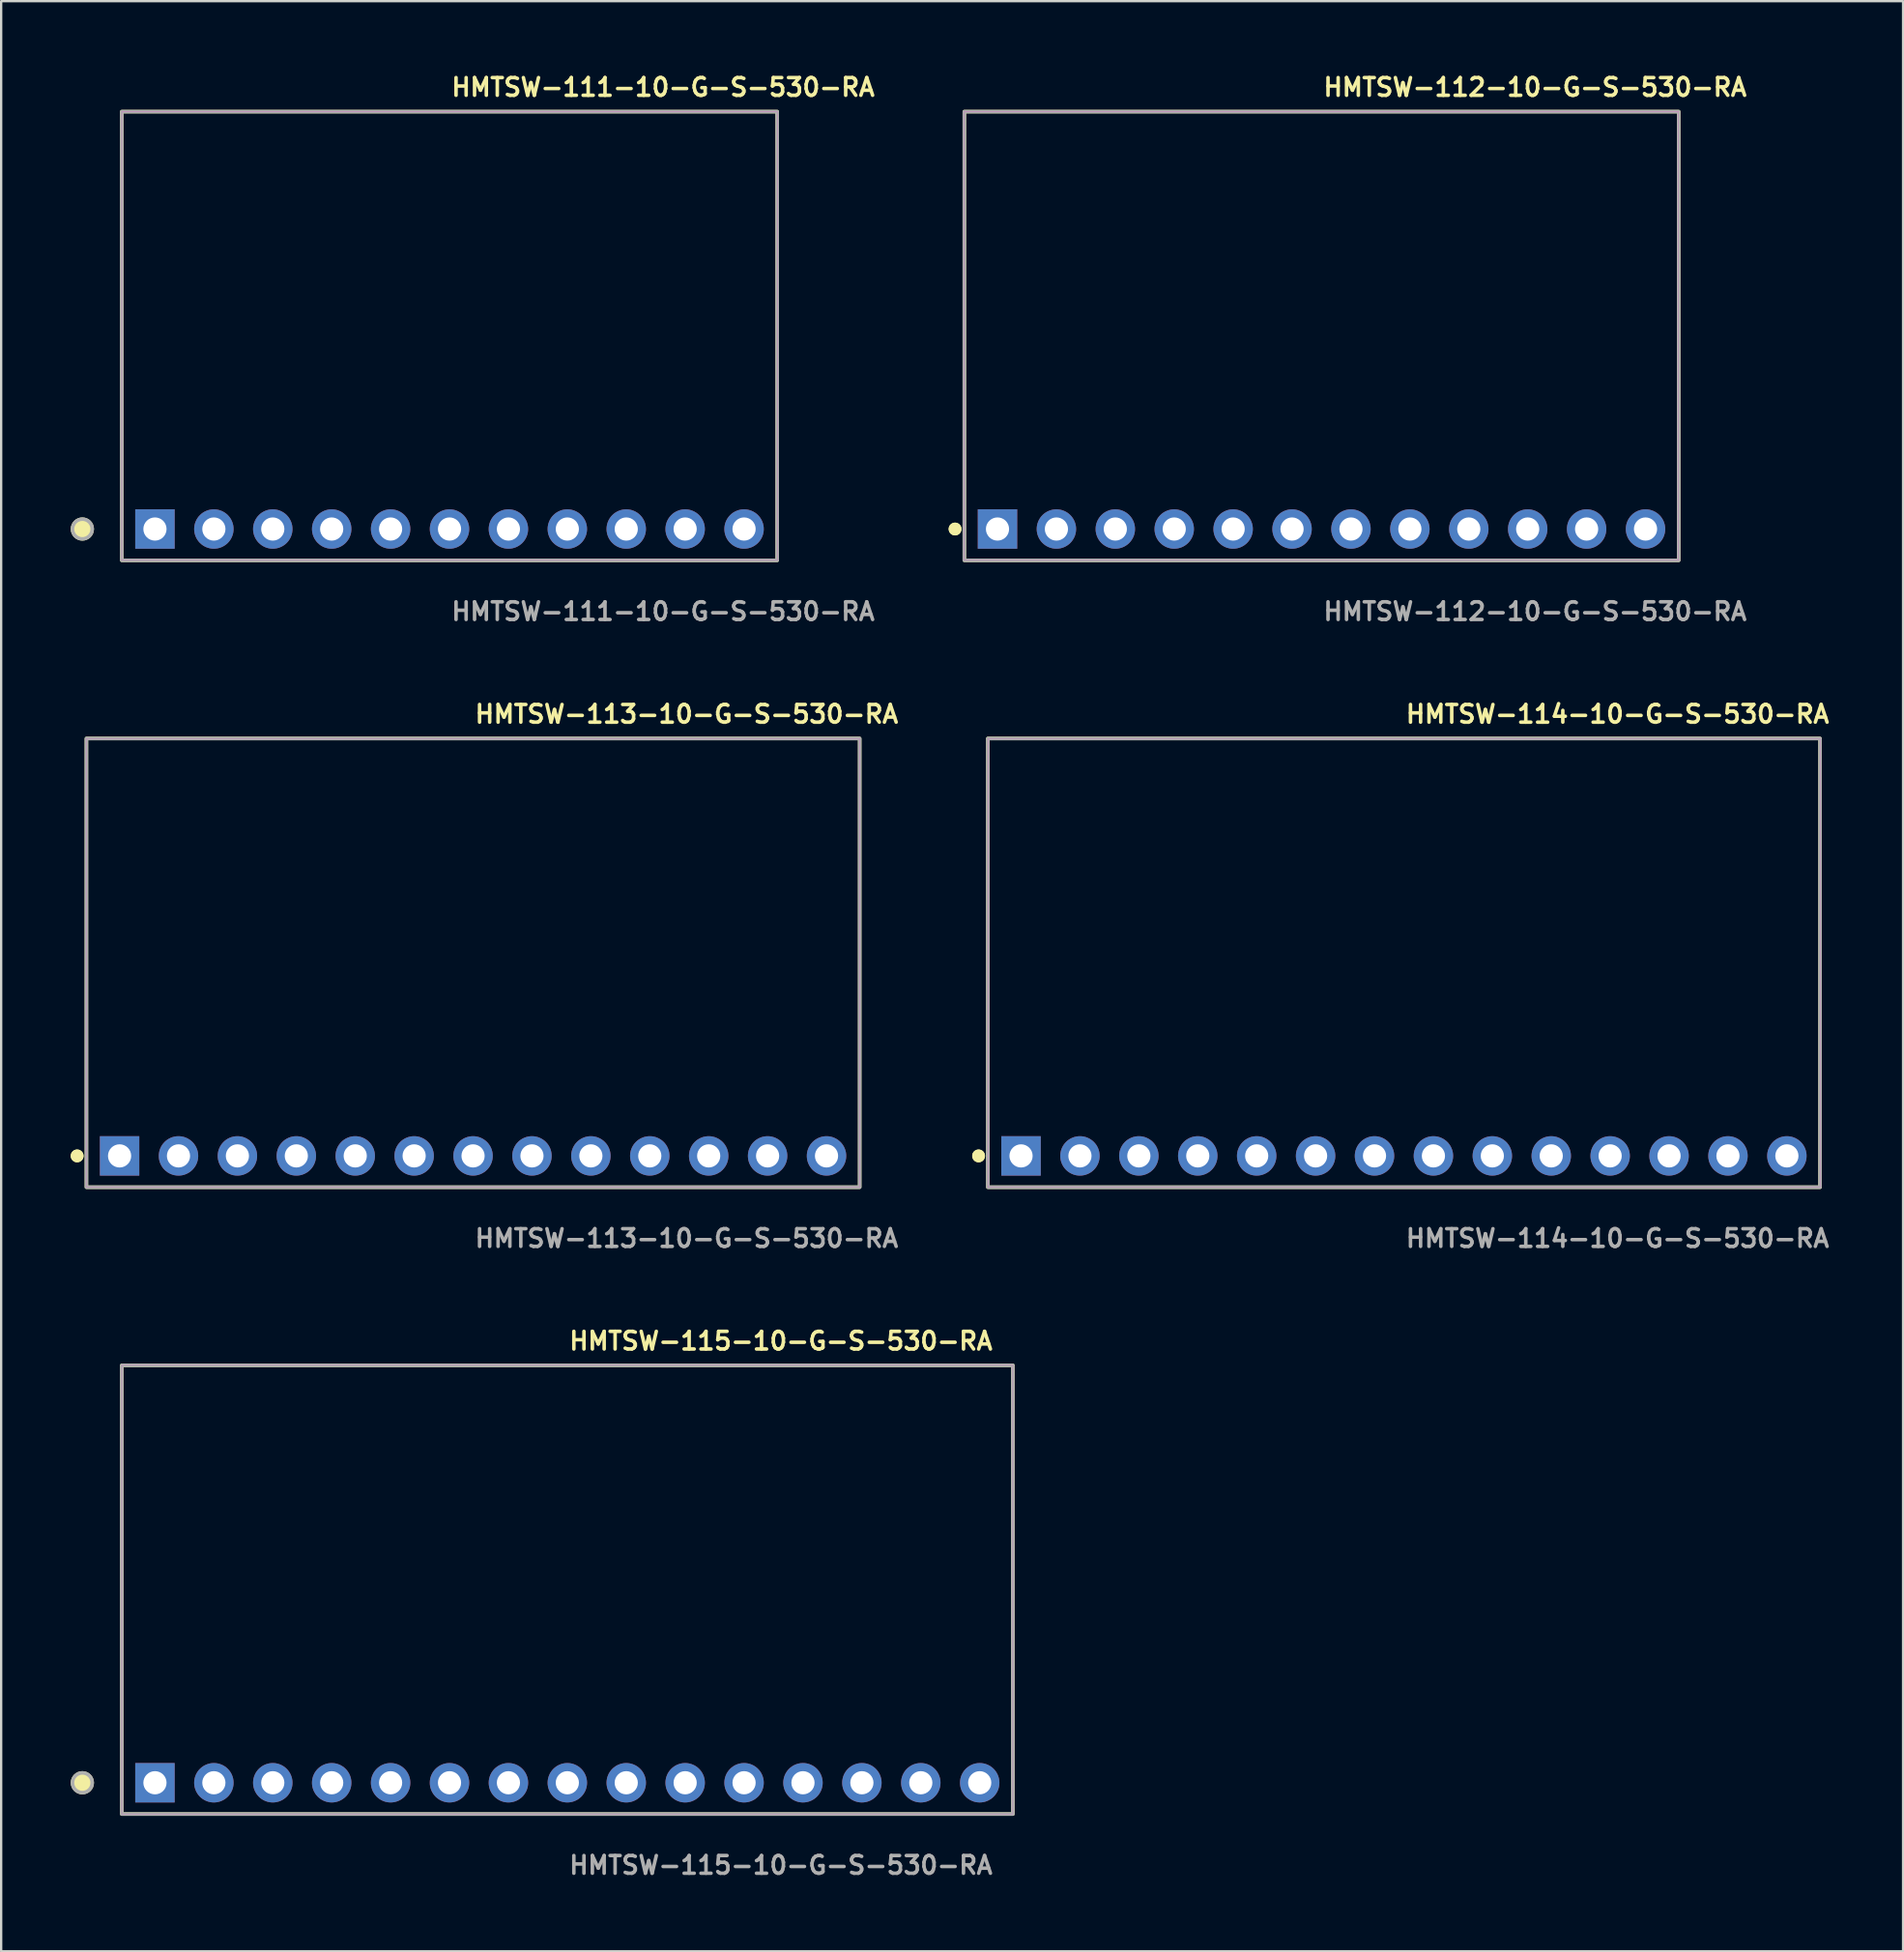
<source format=kicad_pcb>
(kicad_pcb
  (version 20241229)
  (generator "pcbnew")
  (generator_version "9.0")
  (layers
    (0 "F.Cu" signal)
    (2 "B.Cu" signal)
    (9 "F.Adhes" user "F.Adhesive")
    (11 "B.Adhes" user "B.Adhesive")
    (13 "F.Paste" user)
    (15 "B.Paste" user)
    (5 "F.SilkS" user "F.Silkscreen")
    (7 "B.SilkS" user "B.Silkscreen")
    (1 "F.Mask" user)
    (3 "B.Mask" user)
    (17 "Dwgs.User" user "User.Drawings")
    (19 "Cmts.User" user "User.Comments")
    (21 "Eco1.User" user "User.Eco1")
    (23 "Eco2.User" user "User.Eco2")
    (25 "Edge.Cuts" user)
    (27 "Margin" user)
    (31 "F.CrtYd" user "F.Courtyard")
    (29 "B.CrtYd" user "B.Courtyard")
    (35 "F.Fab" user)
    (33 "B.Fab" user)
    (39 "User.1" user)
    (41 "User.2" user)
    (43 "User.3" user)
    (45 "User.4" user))
  (footprint "HMTSW-115-10-G-S-530-RA"
    (layer "F.Cu")
    (at 21.411 73.828)
    (property "Reference" "HMTSW-115-10-G-S-530-RA" (at 0 -19.05 0) (unlocked yes) (layer "F.SilkS") (effects (font (size 0.762 0.762) (thickness 0.152)) (justify left)))
    (fp_rect (start -19.21 1.35) (end 19.21 -18) (stroke (width 0.152) (type solid)) (fill no) (layer "F.SilkS"))
    (fp_circle (center -20.91 0) (end -21.335 0) (stroke (width 0.152) (type solid)) (fill yes) (layer "F.SilkS"))
    (fp_rect (start -19.21 1.35) (end 19.21 -18) (stroke (width 0.006) (type solid)) (fill no) (layer "F.CrtYd"))
    (fp_rect (start -19.21 1.35) (end 19.21 -18) (stroke (width 0.152) (type solid)) (fill no) (layer "F.Fab"))
    (fp_circle (center -20.91 0) (end -21.335 0) (stroke (width 0.152) (type solid)) (fill no) (layer "F.Fab"))
    (fp_text user "${REFERENCE}" (at 0 3.556 0) (unlocked yes) (layer "F.Fab") (effects (font (size 0.762 0.762) (thickness 0.152)) (justify left)))
    (pad "1" thru_hole rect (at -17.78 0) (size 1.7 1.7) (drill 1) (layers "*.Cu" "*.Mask"))
    (pad "2" thru_hole circle (at -15.24 0) (size 1.7 1.7) (drill 1) (layers "*.Cu" "*.Mask"))
    (pad "3" thru_hole circle (at -12.7 0) (size 1.7 1.7) (drill 1) (layers "*.Cu" "*.Mask"))
    (pad "4" thru_hole circle (at -10.16 0) (size 1.7 1.7) (drill 1) (layers "*.Cu" "*.Mask"))
    (pad "5" thru_hole circle (at -7.62 0) (size 1.7 1.7) (drill 1) (layers "*.Cu" "*.Mask"))
    (pad "6" thru_hole circle (at -5.08 0) (size 1.7 1.7) (drill 1) (layers "*.Cu" "*.Mask"))
    (pad "7" thru_hole circle (at -2.54 0) (size 1.7 1.7) (drill 1) (layers "*.Cu" "*.Mask"))
    (pad "8" thru_hole circle (at 0 0) (size 1.7 1.7) (drill 1) (layers "*.Cu" "*.Mask"))
    (pad "9" thru_hole circle (at 2.54 0) (size 1.7 1.7) (drill 1) (layers "*.Cu" "*.Mask"))
    (pad "10" thru_hole circle (at 5.08 0) (size 1.7 1.7) (drill 1) (layers "*.Cu" "*.Mask"))
    (pad "11" thru_hole circle (at 7.62 0) (size 1.7 1.7) (drill 1) (layers "*.Cu" "*.Mask"))
    (pad "12" thru_hole circle (at 10.16 0) (size 1.7 1.7) (drill 1) (layers "*.Cu" "*.Mask"))
    (pad "13" thru_hole circle (at 12.7 0) (size 1.7 1.7) (drill 1) (layers "*.Cu" "*.Mask"))
    (pad "14" thru_hole circle (at 15.24 0) (size 1.7 1.7) (drill 1) (layers "*.Cu" "*.Mask"))
    (pad "15" thru_hole circle (at 17.78 0) (size 1.7 1.7) (drill 1) (layers "*.Cu" "*.Mask")))
  (footprint "HMTSW-114-10-G-S-530-RA"
    (layer "F.Cu")
    (at 57.483 46.796)
    (property "Reference" "HMTSW-114-10-G-S-530-RA" (at 0 -19.05 0) (unlocked yes) (layer "F.SilkS") (effects (font (size 0.762 0.762) (thickness 0.152)) (justify left)))
    (fp_rect (start -17.94 1.35) (end 17.94 -18) (stroke (width 0.152) (type solid)) (fill no) (layer "F.SilkS"))
    (fp_circle (center -18.34 0) (end -18.54 0) (stroke (width 0.152) (type solid)) (fill yes) (layer "F.SilkS"))
    (fp_circle (center -18.34 0) (end -18.54 0) (stroke (width 0.152) (type solid)) (fill yes) (layer "F.SilkS"))
    (fp_rect (start -17.94 1.35) (end 17.94 -18) (stroke (width 0.006) (type solid)) (fill no) (layer "F.CrtYd"))
    (fp_rect (start -17.94 1.35) (end 17.94 -18) (stroke (width 0.152) (type solid)) (fill no) (layer "F.Fab"))
    (fp_text user "${REFERENCE}" (at 0 3.556 0) (unlocked yes) (layer "F.Fab") (effects (font (size 0.762 0.762) (thickness 0.152)) (justify left)))
    (pad "1" thru_hole rect (at -16.51 0) (size 1.7 1.7) (drill 1) (layers "*.Cu" "*.Mask"))
    (pad "2" thru_hole circle (at -13.97 0) (size 1.7 1.7) (drill 1) (layers "*.Cu" "*.Mask"))
    (pad "3" thru_hole circle (at -11.43 0) (size 1.7 1.7) (drill 1) (layers "*.Cu" "*.Mask"))
    (pad "4" thru_hole circle (at -8.89 0) (size 1.7 1.7) (drill 1) (layers "*.Cu" "*.Mask"))
    (pad "5" thru_hole circle (at -6.35 0) (size 1.7 1.7) (drill 1) (layers "*.Cu" "*.Mask"))
    (pad "6" thru_hole circle (at -3.81 0) (size 1.7 1.7) (drill 1) (layers "*.Cu" "*.Mask"))
    (pad "7" thru_hole circle (at -1.27 0) (size 1.7 1.7) (drill 1) (layers "*.Cu" "*.Mask"))
    (pad "8" thru_hole circle (at 1.27 0) (size 1.7 1.7) (drill 1) (layers "*.Cu" "*.Mask"))
    (pad "9" thru_hole circle (at 3.81 0) (size 1.7 1.7) (drill 1) (layers "*.Cu" "*.Mask"))
    (pad "10" thru_hole circle (at 6.35 0) (size 1.7 1.7) (drill 1) (layers "*.Cu" "*.Mask"))
    (pad "11" thru_hole circle (at 8.89 0) (size 1.7 1.7) (drill 1) (layers "*.Cu" "*.Mask"))
    (pad "12" thru_hole circle (at 11.43 0) (size 1.7 1.7) (drill 1) (layers "*.Cu" "*.Mask"))
    (pad "13" thru_hole circle (at 13.97 0) (size 1.7 1.7) (drill 1) (layers "*.Cu" "*.Mask"))
    (pad "14" thru_hole circle (at 16.51 0) (size 1.7 1.7) (drill 1) (layers "*.Cu" "*.Mask")))
  (footprint "HMTSW-113-10-G-S-530-RA"
    (layer "F.Cu")
    (at 17.346 46.796)
    (property "Reference" "HMTSW-113-10-G-S-530-RA" (at 0 -19.05 0) (unlocked yes) (layer "F.SilkS") (effects (font (size 0.762 0.762) (thickness 0.152)) (justify left)))
    (fp_rect (start -16.67 1.35) (end 16.67 -18) (stroke (width 0.152) (type solid)) (fill no) (layer "F.SilkS"))
    (fp_circle (center -17.07 0) (end -17.27 0) (stroke (width 0.152) (type solid)) (fill yes) (layer "F.SilkS"))
    (fp_circle (center -17.07 0) (end -17.27 0) (stroke (width 0.152) (type solid)) (fill yes) (layer "F.SilkS"))
    (fp_rect (start -16.67 1.35) (end 16.67 -18) (stroke (width 0.006) (type solid)) (fill no) (layer "F.CrtYd"))
    (fp_rect (start -16.67 1.35) (end 16.67 -18) (stroke (width 0.152) (type solid)) (fill no) (layer "F.Fab"))
    (fp_text user "${REFERENCE}" (at 0 3.556 0) (unlocked yes) (layer "F.Fab") (effects (font (size 0.762 0.762) (thickness 0.152)) (justify left)))
    (pad "1" thru_hole rect (at -15.24 0) (size 1.7 1.7) (drill 1) (layers "*.Cu" "*.Mask"))
    (pad "2" thru_hole circle (at -12.7 0) (size 1.7 1.7) (drill 1) (layers "*.Cu" "*.Mask"))
    (pad "3" thru_hole circle (at -10.16 0) (size 1.7 1.7) (drill 1) (layers "*.Cu" "*.Mask"))
    (pad "4" thru_hole circle (at -7.62 0) (size 1.7 1.7) (drill 1) (layers "*.Cu" "*.Mask"))
    (pad "5" thru_hole circle (at -5.08 0) (size 1.7 1.7) (drill 1) (layers "*.Cu" "*.Mask"))
    (pad "6" thru_hole circle (at -2.54 0) (size 1.7 1.7) (drill 1) (layers "*.Cu" "*.Mask"))
    (pad "7" thru_hole circle (at 0 0) (size 1.7 1.7) (drill 1) (layers "*.Cu" "*.Mask"))
    (pad "8" thru_hole circle (at 2.54 0) (size 1.7 1.7) (drill 1) (layers "*.Cu" "*.Mask"))
    (pad "9" thru_hole circle (at 5.08 0) (size 1.7 1.7) (drill 1) (layers "*.Cu" "*.Mask"))
    (pad "10" thru_hole circle (at 7.62 0) (size 1.7 1.7) (drill 1) (layers "*.Cu" "*.Mask"))
    (pad "11" thru_hole circle (at 10.16 0) (size 1.7 1.7) (drill 1) (layers "*.Cu" "*.Mask"))
    (pad "12" thru_hole circle (at 12.7 0) (size 1.7 1.7) (drill 1) (layers "*.Cu" "*.Mask"))
    (pad "13" thru_hole circle (at 15.24 0) (size 1.7 1.7) (drill 1) (layers "*.Cu" "*.Mask")))
  (footprint "HMTSW-112-10-G-S-530-RA"
    (layer "F.Cu")
    (at 53.928 19.763)
    (property "Reference" "HMTSW-112-10-G-S-530-RA" (at 0 -19.05 0) (unlocked yes) (layer "F.SilkS") (effects (font (size 0.762 0.762) (thickness 0.152)) (justify left)))
    (fp_rect (start -15.4 1.35) (end 15.4 -18) (stroke (width 0.152) (type solid)) (fill no) (layer "F.SilkS"))
    (fp_circle (center -15.8 0) (end -16 0) (stroke (width 0.152) (type solid)) (fill yes) (layer "F.SilkS"))
    (fp_circle (center -15.8 0) (end -16 0) (stroke (width 0.152) (type solid)) (fill yes) (layer "F.SilkS"))
    (fp_rect (start -15.4 1.35) (end 15.4 -18) (stroke (width 0.006) (type solid)) (fill no) (layer "F.CrtYd"))
    (fp_rect (start -15.4 1.35) (end 15.4 -18) (stroke (width 0.152) (type solid)) (fill no) (layer "F.Fab"))
    (fp_text user "${REFERENCE}" (at 0 3.556 0) (unlocked yes) (layer "F.Fab") (effects (font (size 0.762 0.762) (thickness 0.152)) (justify left)))
    (pad "1" thru_hole rect (at -13.97 0) (size 1.7 1.7) (drill 1) (layers "*.Cu" "*.Mask"))
    (pad "2" thru_hole circle (at -11.43 0) (size 1.7 1.7) (drill 1) (layers "*.Cu" "*.Mask"))
    (pad "3" thru_hole circle (at -8.89 0) (size 1.7 1.7) (drill 1) (layers "*.Cu" "*.Mask"))
    (pad "4" thru_hole circle (at -6.35 0) (size 1.7 1.7) (drill 1) (layers "*.Cu" "*.Mask"))
    (pad "5" thru_hole circle (at -3.81 0) (size 1.7 1.7) (drill 1) (layers "*.Cu" "*.Mask"))
    (pad "6" thru_hole circle (at -1.27 0) (size 1.7 1.7) (drill 1) (layers "*.Cu" "*.Mask"))
    (pad "7" thru_hole circle (at 1.27 0) (size 1.7 1.7) (drill 1) (layers "*.Cu" "*.Mask"))
    (pad "8" thru_hole circle (at 3.81 0) (size 1.7 1.7) (drill 1) (layers "*.Cu" "*.Mask"))
    (pad "9" thru_hole circle (at 6.35 0) (size 1.7 1.7) (drill 1) (layers "*.Cu" "*.Mask"))
    (pad "10" thru_hole circle (at 8.89 0) (size 1.7 1.7) (drill 1) (layers "*.Cu" "*.Mask"))
    (pad "11" thru_hole circle (at 11.43 0) (size 1.7 1.7) (drill 1) (layers "*.Cu" "*.Mask"))
    (pad "12" thru_hole circle (at 13.97 0) (size 1.7 1.7) (drill 1) (layers "*.Cu" "*.Mask")))
  (footprint "HMTSW-111-10-G-S-530-RA"
    (layer "F.Cu")
    (at 16.331 19.763)
    (property "Reference" "HMTSW-111-10-G-S-530-RA" (at 0 -19.05 0) (unlocked yes) (layer "F.SilkS") (effects (font (size 0.762 0.762) (thickness 0.152)) (justify left)))
    (fp_rect (start -14.13 1.35) (end 14.13 -18) (stroke (width 0.152) (type solid)) (fill no) (layer "F.SilkS"))
    (fp_circle (center -15.83 0) (end -16.255 0) (stroke (width 0.152) (type solid)) (fill yes) (layer "F.SilkS"))
    (fp_rect (start -14.13 1.35) (end 14.13 -18) (stroke (width 0.006) (type solid)) (fill no) (layer "F.CrtYd"))
    (fp_rect (start -14.13 1.35) (end 14.13 -18) (stroke (width 0.152) (type solid)) (fill no) (layer "F.Fab"))
    (fp_circle (center -15.83 0) (end -16.255 0) (stroke (width 0.152) (type solid)) (fill no) (layer "F.Fab"))
    (fp_text user "${REFERENCE}" (at 0 3.556 0) (unlocked yes) (layer "F.Fab") (effects (font (size 0.762 0.762) (thickness 0.152)) (justify left)))
    (pad "1" thru_hole rect (at -12.7 0) (size 1.7 1.7) (drill 1) (layers "*.Cu" "*.Mask"))
    (pad "2" thru_hole circle (at -10.16 0) (size 1.7 1.7) (drill 1) (layers "*.Cu" "*.Mask"))
    (pad "3" thru_hole circle (at -7.62 0) (size 1.7 1.7) (drill 1) (layers "*.Cu" "*.Mask"))
    (pad "4" thru_hole circle (at -5.08 0) (size 1.7 1.7) (drill 1) (layers "*.Cu" "*.Mask"))
    (pad "5" thru_hole circle (at -2.54 0) (size 1.7 1.7) (drill 1) (layers "*.Cu" "*.Mask"))
    (pad "6" thru_hole circle (at 0 0) (size 1.7 1.7) (drill 1) (layers "*.Cu" "*.Mask"))
    (pad "7" thru_hole circle (at 2.54 0) (size 1.7 1.7) (drill 1) (layers "*.Cu" "*.Mask"))
    (pad "8" thru_hole circle (at 5.08 0) (size 1.7 1.7) (drill 1) (layers "*.Cu" "*.Mask"))
    (pad "9" thru_hole circle (at 7.62 0) (size 1.7 1.7) (drill 1) (layers "*.Cu" "*.Mask"))
    (pad "10" thru_hole circle (at 10.16 0) (size 1.7 1.7) (drill 1) (layers "*.Cu" "*.Mask"))
    (pad "11" thru_hole circle (at 12.7 0) (size 1.7 1.7) (drill 1) (layers "*.Cu" "*.Mask")))
  (gr_rect
    (start -3 -3)
    (end 79.003 81.097)
    (stroke (width 0.1) (type default))
    (fill no)
    (layer "Edge.Cuts")))
</source>
